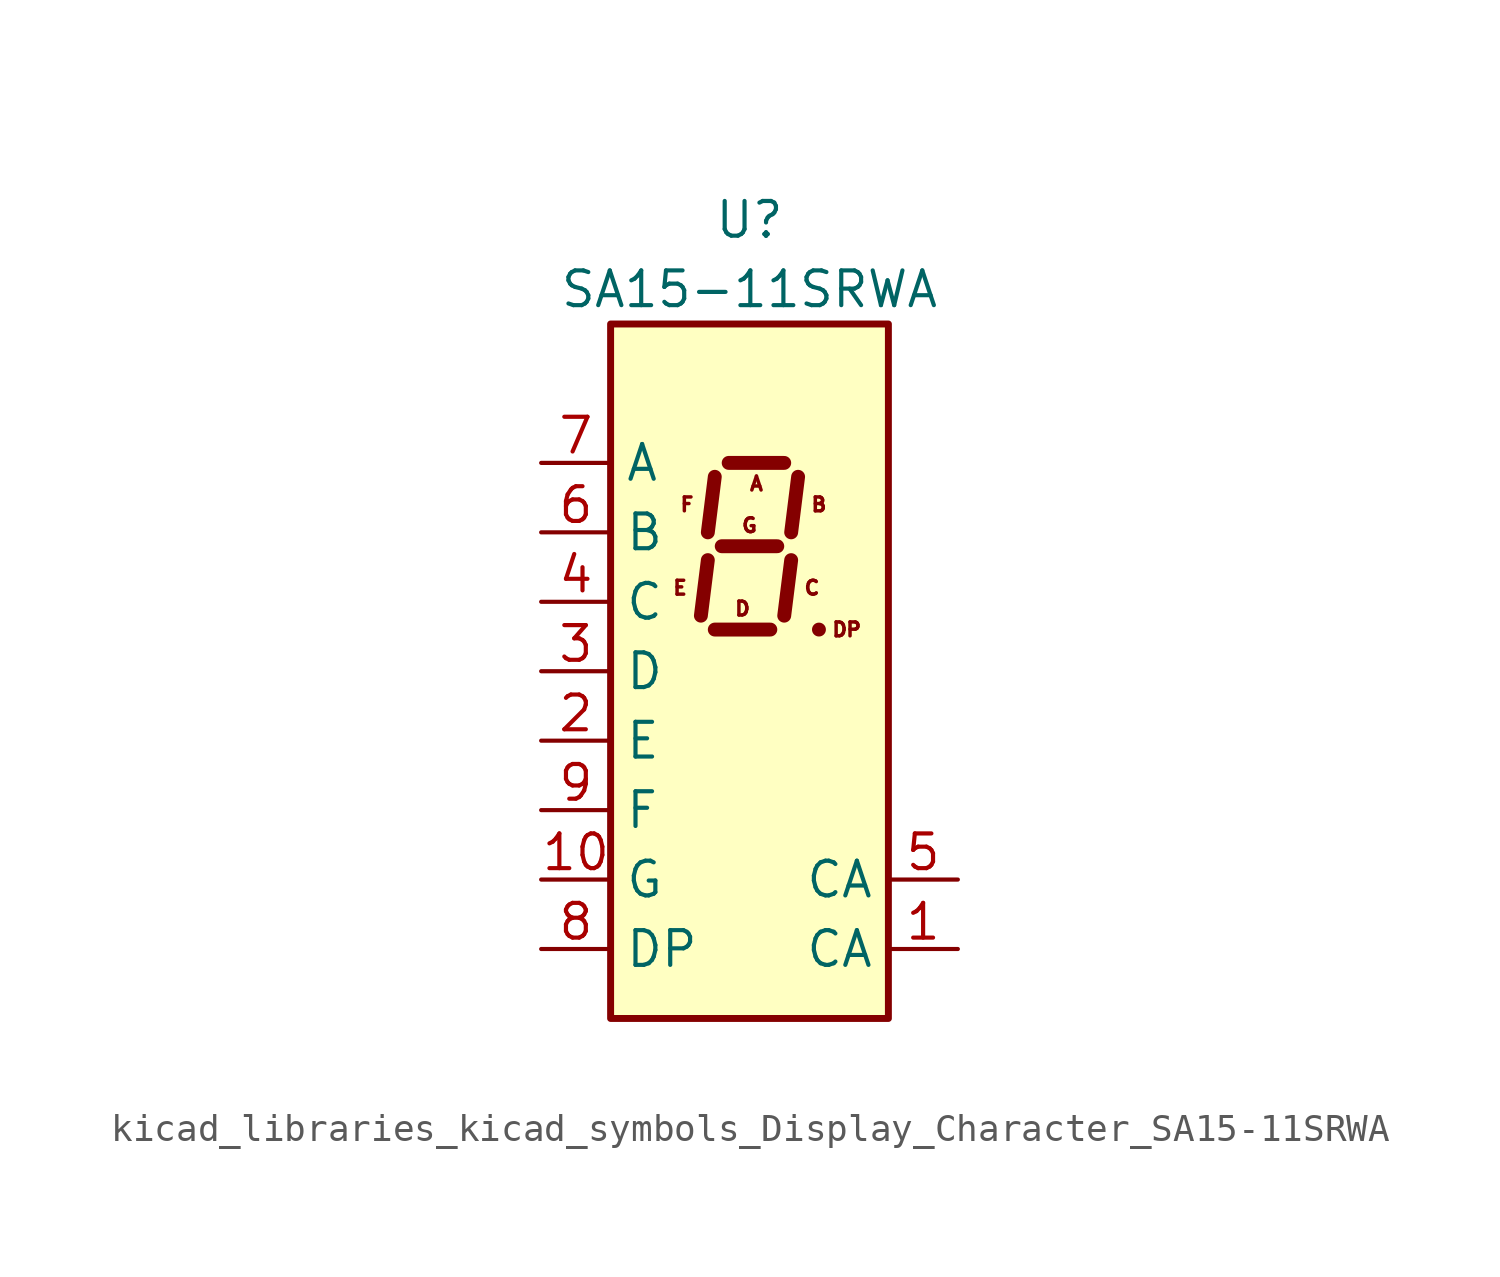
<source format=kicad_sym>
(kicad_symbol_lib
  (version 20220914)
  (generator kicad_symbol_editor)
  (symbol "kicad_libraries_kicad_symbols_Display_Character_SA15-11SRWA"
    (property "Reference" "U"
      (at 0 16.51 0)
      (effects (font (size 1.27 1.27))))
    (property "Value" "SA15-11SRWA"
      (at 0 13.97 0)
      (effects (font (size 1.27 1.27))))
    (symbol "kicad_libraries_kicad_symbols_Display_Character_SA15-11SRWA_1_0"
      (text "A" (at 0.254 6.858 0) (effects (font (size 0.508 0.508))))
      (text "B" (at 2.54 6.096 0) (effects (font (size 0.508 0.508))))
      (text "C" (at 2.286 3.048 0) (effects (font (size 0.508 0.508))))
      (text "D" (at -0.254 2.286 0) (effects (font (size 0.508 0.508))))
      (text "DP" (at 3.556 1.524 0) (effects (font (size 0.508 0.508))))
      (text "E" (at -2.54 3.048 0) (effects (font (size 0.508 0.508))))
      (text "F" (at -2.286 6.096 0) (effects (font (size 0.508 0.508))))
      (text "G" (at 0 5.334 0) (effects (font (size 0.508 0.508)))))
    (symbol "kicad_libraries_kicad_symbols_Display_Character_SA15-11SRWA_1_1"
      (rectangle (start -5.08 12.7) (end 5.08 -12.7) (stroke (width 0.254) (type default)) (fill (type background)))
      (polyline (pts (xy -1.524 4.064) (xy -1.778 2.032)) (stroke (width 0.508) (type default)) (fill (type none)))
      (polyline (pts (xy -1.27 1.524) (xy 0.762 1.524)) (stroke (width 0.508) (type default)) (fill (type none)))
      (polyline (pts (xy -1.27 7.112) (xy -1.524 5.08)) (stroke (width 0.508) (type default)) (fill (type none)))
      (polyline (pts (xy -1.016 4.572) (xy 1.016 4.572)) (stroke (width 0.508) (type default)) (fill (type none)))
      (polyline (pts (xy -0.762 7.62) (xy 1.27 7.62)) (stroke (width 0.508) (type default)) (fill (type none)))
      (polyline (pts (xy 1.524 4.064) (xy 1.27 2.032)) (stroke (width 0.508) (type default)) (fill (type none)))
      (polyline (pts (xy 1.778 7.112) (xy 1.524 5.08)) (stroke (width 0.508) (type default)) (fill (type none)))
      (polyline (pts (xy 2.54 1.524) (xy 2.54 1.524)) (stroke (width 0.508) (type default)) (fill (type none)))
      (pin input line (at 7.62 -10.16 180) (length 2.54) (name "CA" (effects (font (size 1.27 1.27)))) (number "1" (effects (font (size 1.27 1.27)))))
      (pin input line (at -7.62 -7.62 0) (length 2.54) (name "G" (effects (font (size 1.27 1.27)))) (number "10" (effects (font (size 1.27 1.27)))))
      (pin input line (at -7.62 -2.54 0) (length 2.54) (name "E" (effects (font (size 1.27 1.27)))) (number "2" (effects (font (size 1.27 1.27)))))
      (pin input line (at -7.62 0 0) (length 2.54) (name "D" (effects (font (size 1.27 1.27)))) (number "3" (effects (font (size 1.27 1.27)))))
      (pin input line (at -7.62 2.54 0) (length 2.54) (name "C" (effects (font (size 1.27 1.27)))) (number "4" (effects (font (size 1.27 1.27)))))
      (pin input line (at 7.62 -7.62 180) (length 2.54) (name "CA" (effects (font (size 1.27 1.27)))) (number "5" (effects (font (size 1.27 1.27)))))
      (pin input line (at -7.62 5.08 0) (length 2.54) (name "B" (effects (font (size 1.27 1.27)))) (number "6" (effects (font (size 1.27 1.27)))))
      (pin input line (at -7.62 7.62 0) (length 2.54) (name "A" (effects (font (size 1.27 1.27)))) (number "7" (effects (font (size 1.27 1.27)))))
      (pin input line (at -7.62 -10.16 0) (length 2.54) (name "DP" (effects (font (size 1.27 1.27)))) (number "8" (effects (font (size 1.27 1.27)))))
      (pin input line (at -7.62 -5.08 0) (length 2.54) (name "F" (effects (font (size 1.27 1.27)))) (number "9" (effects (font (size 1.27 1.27))))))))
</source>
